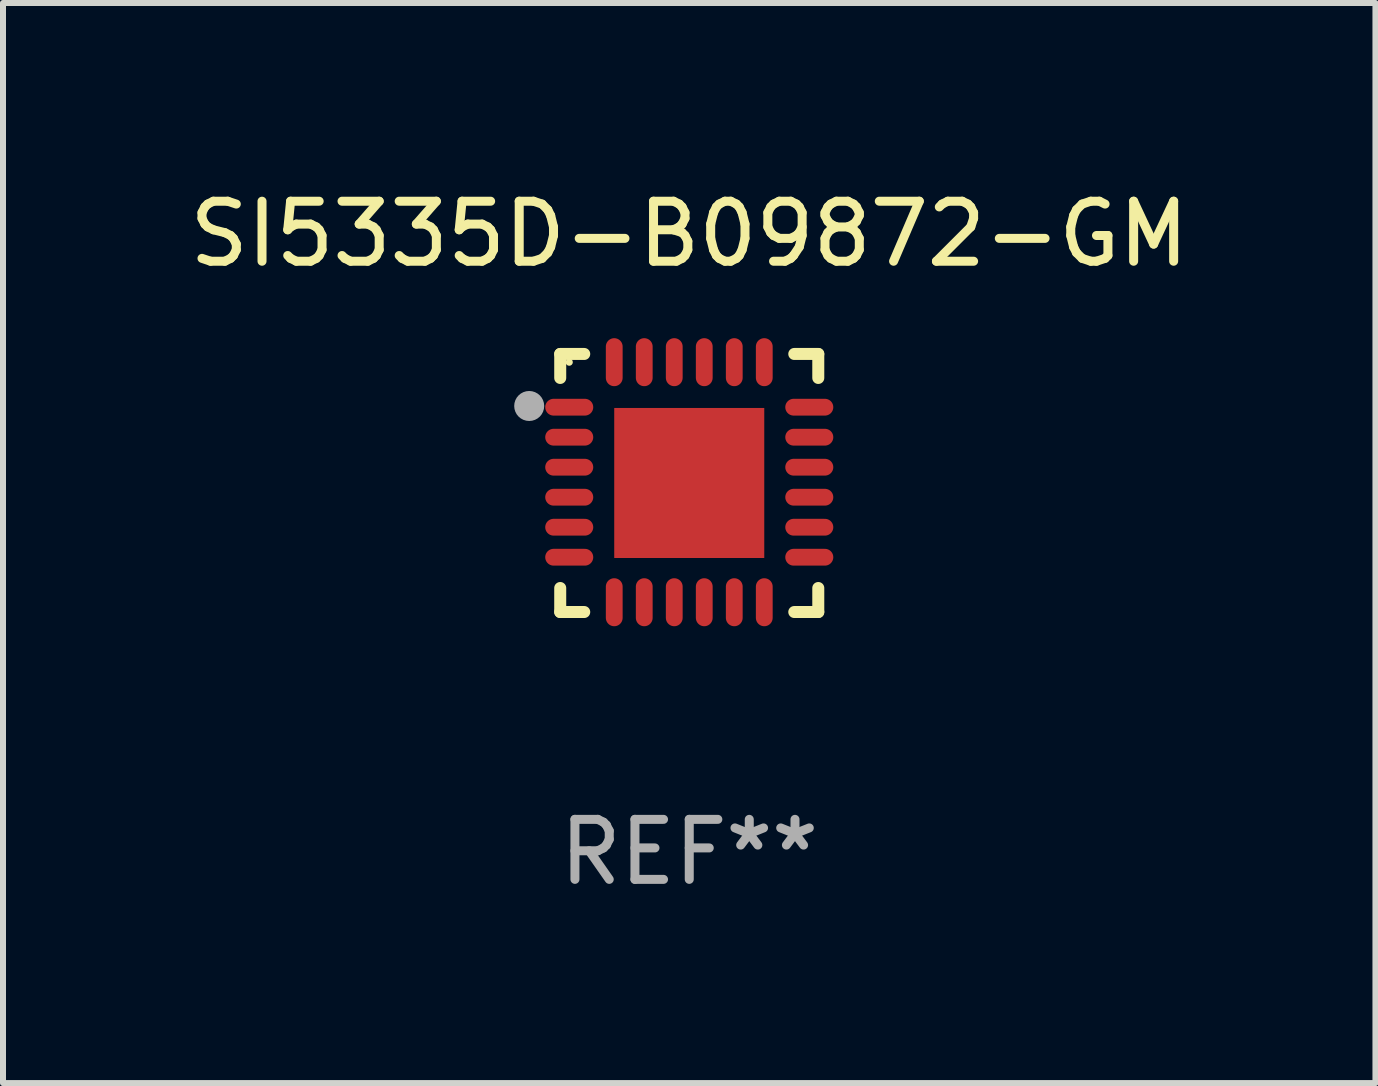
<source format=kicad_pcb>
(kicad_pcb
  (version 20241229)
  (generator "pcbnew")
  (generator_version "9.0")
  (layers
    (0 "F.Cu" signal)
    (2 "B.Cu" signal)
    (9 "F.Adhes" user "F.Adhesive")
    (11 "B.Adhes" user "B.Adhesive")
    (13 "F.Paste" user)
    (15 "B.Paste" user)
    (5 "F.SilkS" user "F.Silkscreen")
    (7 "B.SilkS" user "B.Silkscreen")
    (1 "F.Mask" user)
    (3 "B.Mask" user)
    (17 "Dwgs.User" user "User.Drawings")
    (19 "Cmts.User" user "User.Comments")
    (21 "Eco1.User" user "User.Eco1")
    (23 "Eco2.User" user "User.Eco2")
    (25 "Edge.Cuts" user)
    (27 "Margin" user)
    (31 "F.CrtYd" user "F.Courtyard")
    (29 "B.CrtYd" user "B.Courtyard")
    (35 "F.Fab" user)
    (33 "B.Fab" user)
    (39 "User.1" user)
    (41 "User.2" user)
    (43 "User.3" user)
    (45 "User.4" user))
  (footprint "SI5335D-B09872-GM"
    (layer "F.Cu")
    (at 8.435 4.998)
    (property "Reference" "SI5335D-B09872-GM" (at 0 -4.15 0) (layer "F.SilkS") (effects (font (size 1 1) (thickness 0.15))))
    (attr through_hole)
    (fp_line (start -2.15 -2.15) (end -1.75 -2.15) (stroke (width 0.2) (type solid)) (layer "F.SilkS"))
    (fp_line (start -2.15 -1.75) (end -2.15 -2.15) (stroke (width 0.2) (type solid)) (layer "F.SilkS"))
    (fp_line (start -2.15 2.15) (end -2.15 1.75) (stroke (width 0.2) (type solid)) (layer "F.SilkS"))
    (fp_line (start -1.75 2.15) (end -2.15 2.15) (stroke (width 0.2) (type solid)) (layer "F.SilkS"))
    (fp_line (start 1.75 -2.15) (end 2.15 -2.15) (stroke (width 0.2) (type solid)) (layer "F.SilkS"))
    (fp_line (start 1.75 2.15) (end 2.15 2.15) (stroke (width 0.2) (type solid)) (layer "F.SilkS"))
    (fp_line (start 2.15 -2.15) (end 2.15 -1.75) (stroke (width 0.2) (type solid)) (layer "F.SilkS"))
    (fp_line (start 2.15 2.15) (end 2.15 1.75) (stroke (width 0.2) (type solid)) (layer "F.SilkS"))
    (fp_circle (center -2 -2.013) (end -1.97 -2.013) (stroke (width 0.06) (type solid)) (fill no) (layer "F.SilkS"))
    (fp_circle (center -2.667 -1.283) (end -2.542 -1.283) (stroke (width 0.25) (type solid)) (fill no) (layer "F.Fab"))
    (fp_text user "REF**" (at 0 6.15 0) (layer "F.Fab") (effects (font (size 1 1) (thickness 0.15))))
    (pad "1" smd oval (at -2 -1.263) (size 0.8 0.28) (layers "F.Cu" "F.Mask" "F.Paste"))
    (pad "2" smd oval (at -2 -0.763) (size 0.8 0.28) (layers "F.Cu" "F.Mask" "F.Paste"))
    (pad "3" smd oval (at -2 -0.263) (size 0.8 0.28) (layers "F.Cu" "F.Mask" "F.Paste"))
    (pad "4" smd oval (at -2 0.237) (size 0.8 0.28) (layers "F.Cu" "F.Mask" "F.Paste"))
    (pad "5" smd oval (at -2 0.737) (size 0.8 0.28) (layers "F.Cu" "F.Mask" "F.Paste"))
    (pad "6" smd oval (at -2 1.237) (size 0.8 0.28) (layers "F.Cu" "F.Mask" "F.Paste"))
    (pad "7" smd oval (at -1.25 1.987) (size 0.28 0.8) (layers "F.Cu" "F.Mask" "F.Paste"))
    (pad "8" smd oval (at -0.75 1.987) (size 0.28 0.8) (layers "F.Cu" "F.Mask" "F.Paste"))
    (pad "9" smd oval (at -0.25 1.987) (size 0.28 0.8) (layers "F.Cu" "F.Mask" "F.Paste"))
    (pad "10" smd oval (at 0.25 1.987) (size 0.28 0.8) (layers "F.Cu" "F.Mask" "F.Paste"))
    (pad "11" smd oval (at 0.75 1.987) (size 0.28 0.8) (layers "F.Cu" "F.Mask" "F.Paste"))
    (pad "12" smd oval (at 1.25 1.987) (size 0.28 0.8) (layers "F.Cu" "F.Mask" "F.Paste"))
    (pad "13" smd oval (at 2 1.237) (size 0.8 0.28) (layers "F.Cu" "F.Mask" "F.Paste"))
    (pad "14" smd oval (at 2 0.737) (size 0.8 0.28) (layers "F.Cu" "F.Mask" "F.Paste"))
    (pad "15" smd oval (at 2 0.237) (size 0.8 0.28) (layers "F.Cu" "F.Mask" "F.Paste"))
    (pad "16" smd oval (at 2 -0.263) (size 0.8 0.28) (layers "F.Cu" "F.Mask" "F.Paste"))
    (pad "17" smd oval (at 2 -0.763) (size 0.8 0.28) (layers "F.Cu" "F.Mask" "F.Paste"))
    (pad "18" smd oval (at 2 -1.263) (size 0.8 0.28) (layers "F.Cu" "F.Mask" "F.Paste"))
    (pad "19" smd oval (at 1.25 -2.013) (size 0.28 0.8) (layers "F.Cu" "F.Mask" "F.Paste"))
    (pad "20" smd oval (at 0.75 -2.013) (size 0.28 0.8) (layers "F.Cu" "F.Mask" "F.Paste"))
    (pad "21" smd oval (at 0.25 -2.013) (size 0.28 0.8) (layers "F.Cu" "F.Mask" "F.Paste"))
    (pad "22" smd oval (at -0.25 -2.013) (size 0.28 0.8) (layers "F.Cu" "F.Mask" "F.Paste"))
    (pad "23" smd oval (at -0.75 -2.013) (size 0.28 0.8) (layers "F.Cu" "F.Mask" "F.Paste"))
    (pad "24" smd oval (at -1.25 -2.013) (size 0.28 0.8) (layers "F.Cu" "F.Mask" "F.Paste"))
    (pad "25" smd rect (at -0.000127 -0.00014) (size 2.5 2.5) (layers "F.Cu" "F.Mask" "F.Paste")))
  (gr_rect
    (start -3 -3)
    (end 19.869 14.997)
    (stroke (width 0.1) (type default))
    (fill no)
    (layer "Edge.Cuts")))
</source>
